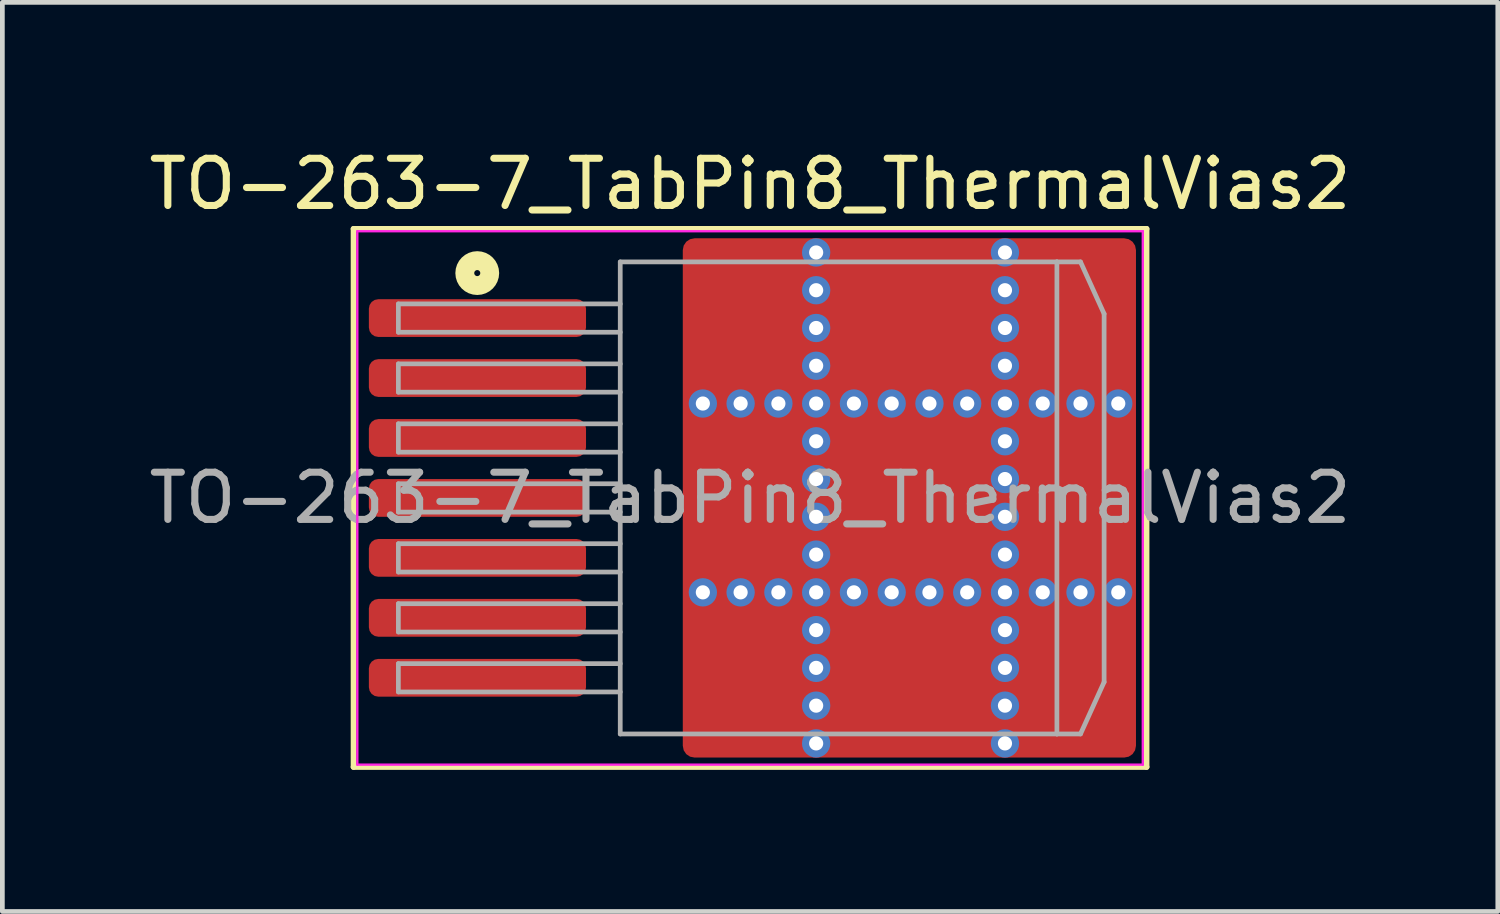
<source format=kicad_pcb>
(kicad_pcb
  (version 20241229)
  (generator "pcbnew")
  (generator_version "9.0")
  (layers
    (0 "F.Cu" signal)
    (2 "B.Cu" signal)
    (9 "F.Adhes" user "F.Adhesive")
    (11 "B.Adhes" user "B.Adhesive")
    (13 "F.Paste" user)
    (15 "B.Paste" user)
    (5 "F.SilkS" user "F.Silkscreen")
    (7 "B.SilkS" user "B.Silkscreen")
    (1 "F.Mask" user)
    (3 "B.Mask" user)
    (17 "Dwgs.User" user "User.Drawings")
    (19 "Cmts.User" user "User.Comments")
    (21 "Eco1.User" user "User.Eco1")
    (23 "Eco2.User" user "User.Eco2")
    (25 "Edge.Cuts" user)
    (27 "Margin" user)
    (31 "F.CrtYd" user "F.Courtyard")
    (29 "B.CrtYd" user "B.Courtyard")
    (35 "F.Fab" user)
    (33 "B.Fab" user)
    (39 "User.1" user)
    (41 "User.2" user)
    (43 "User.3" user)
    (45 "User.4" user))
  (footprint "TO-263-7_TabPin8_ThermalVias2"
    (layer "F.Cu")
    (at 12.839 7.498)
    (property "Reference" "TO-263-7_TabPin8_ThermalVias2" (at 0 -6.65 0) (layer "F.SilkS") (effects (font (size 1 1) (thickness 0.15))))
    (attr smd)
    (fp_line (start -8.4 -5.7) (end -8.4 5.7) (stroke (width 0.12) (type solid)) (layer "F.SilkS"))
    (fp_line (start -8.4 5.7) (end 8.4 5.7) (stroke (width 0.12) (type solid)) (layer "F.SilkS"))
    (fp_line (start 8.4 -5.7) (end -8.4 -5.7) (stroke (width 0.12) (type solid)) (layer "F.SilkS"))
    (fp_line (start 8.4 5.7) (end 8.4 -5.7) (stroke (width 0.12) (type solid)) (layer "F.SilkS"))
    (fp_circle (center -5.779 -4.763) (end -5.715 -4.763) (stroke (width 0.4) (type solid)) (fill no) (layer "F.SilkS"))
    (fp_line (start -8.32 -5.65) (end -8.32 5.65) (stroke (width 0.05) (type solid)) (layer "F.CrtYd"))
    (fp_line (start -8.32 5.65) (end 8.32 5.65) (stroke (width 0.05) (type solid)) (layer "F.CrtYd"))
    (fp_line (start 8.32 -5.65) (end -8.32 -5.65) (stroke (width 0.05) (type solid)) (layer "F.CrtYd"))
    (fp_line (start 8.32 5.65) (end 8.32 -5.65) (stroke (width 0.05) (type solid)) (layer "F.CrtYd"))
    (fp_line (start -7.45 -4.11) (end -7.45 -3.51) (stroke (width 0.1) (type solid)) (layer "F.Fab"))
    (fp_line (start -7.45 -3.51) (end -2.75 -3.51) (stroke (width 0.1) (type solid)) (layer "F.Fab"))
    (fp_line (start -7.45 -2.84) (end -7.45 -2.24) (stroke (width 0.1) (type solid)) (layer "F.Fab"))
    (fp_line (start -7.45 -2.24) (end -2.75 -2.24) (stroke (width 0.1) (type solid)) (layer "F.Fab"))
    (fp_line (start -7.45 -1.57) (end -7.45 -0.97) (stroke (width 0.1) (type solid)) (layer "F.Fab"))
    (fp_line (start -7.45 -0.97) (end -2.75 -0.97) (stroke (width 0.1) (type solid)) (layer "F.Fab"))
    (fp_line (start -7.45 -0.3) (end -7.45 0.3) (stroke (width 0.1) (type solid)) (layer "F.Fab"))
    (fp_line (start -7.45 0.3) (end -2.75 0.3) (stroke (width 0.1) (type solid)) (layer "F.Fab"))
    (fp_line (start -7.45 0.97) (end -7.45 1.57) (stroke (width 0.1) (type solid)) (layer "F.Fab"))
    (fp_line (start -7.45 1.57) (end -2.75 1.57) (stroke (width 0.1) (type solid)) (layer "F.Fab"))
    (fp_line (start -7.45 2.24) (end -7.45 2.84) (stroke (width 0.1) (type solid)) (layer "F.Fab"))
    (fp_line (start -7.45 2.84) (end -2.75 2.84) (stroke (width 0.1) (type solid)) (layer "F.Fab"))
    (fp_line (start -7.45 3.51) (end -7.45 4.11) (stroke (width 0.1) (type solid)) (layer "F.Fab"))
    (fp_line (start -7.45 4.11) (end -2.75 4.11) (stroke (width 0.1) (type solid)) (layer "F.Fab"))
    (fp_line (start -2.75 -5) (end 6.5 -5) (stroke (width 0.1) (type solid)) (layer "F.Fab"))
    (fp_line (start -2.75 -4.11) (end -7.45 -4.11) (stroke (width 0.1) (type solid)) (layer "F.Fab"))
    (fp_line (start -2.75 -2.84) (end -7.45 -2.84) (stroke (width 0.1) (type solid)) (layer "F.Fab"))
    (fp_line (start -2.75 -1.57) (end -7.45 -1.57) (stroke (width 0.1) (type solid)) (layer "F.Fab"))
    (fp_line (start -2.75 -0.3) (end -7.45 -0.3) (stroke (width 0.1) (type solid)) (layer "F.Fab"))
    (fp_line (start -2.75 0.97) (end -7.45 0.97) (stroke (width 0.1) (type solid)) (layer "F.Fab"))
    (fp_line (start -2.75 2.24) (end -7.45 2.24) (stroke (width 0.1) (type solid)) (layer "F.Fab"))
    (fp_line (start -2.75 3.51) (end -7.45 3.51) (stroke (width 0.1) (type solid)) (layer "F.Fab"))
    (fp_line (start -2.75 5) (end -2.75 -5) (stroke (width 0.1) (type solid)) (layer "F.Fab"))
    (fp_line (start 6.5 -5) (end 6.5 5) (stroke (width 0.1) (type solid)) (layer "F.Fab"))
    (fp_line (start 6.5 -5) (end 7 -5) (stroke (width 0.1) (type solid)) (layer "F.Fab"))
    (fp_line (start 6.5 5) (end -2.75 5) (stroke (width 0.1) (type solid)) (layer "F.Fab"))
    (fp_line (start 6.5 5) (end 7 5) (stroke (width 0.1) (type solid)) (layer "F.Fab"))
    (fp_line (start 7 -5) (end 7.5 -3.9) (stroke (width 0.1) (type solid)) (layer "F.Fab"))
    (fp_line (start 7 5) (end 7.5 3.9) (stroke (width 0.1) (type solid)) (layer "F.Fab"))
    (fp_line (start 7.5 -3.9) (end 7.5 3.9) (stroke (width 0.1) (type solid)) (layer "F.Fab"))
    (fp_text user "${REFERENCE}" (at 0 0 0) (layer "F.Fab") (effects (font (size 1 1) (thickness 0.15))))
    (pad "" smd roundrect (at -0.675 -4.6 90) (size 1.2 0.95) (layers "F.Paste") (roundrect_rratio 0.25))
    (pad "" smd roundrect (at -0.675 -3.1 90) (size 1.2 0.95) (layers "F.Paste") (roundrect_rratio 0.25))
    (pad "" smd roundrect (at -0.675 -0.85 90) (size 1.3 0.95) (layers "F.Paste") (roundrect_rratio 0.25))
    (pad "" smd roundrect (at -0.675 0.85 90) (size 1.3 0.95) (layers "F.Paste") (roundrect_rratio 0.25))
    (pad "" smd roundrect (at -0.675 3.1 90) (size 1.2 0.95) (layers "F.Paste") (roundrect_rratio 0.25))
    (pad "" smd roundrect (at -0.675 4.6 90) (size 1.2 0.95) (layers "F.Paste") (roundrect_rratio 0.25))
    (pad "" smd roundrect (at -0.113 -3.85 90) (size 3.1 2.425) (layers "F.Mask") (roundrect_rratio 0.103))
    (pad "" smd roundrect (at -0.113 0 90) (size 3.4 2.425) (layers "F.Mask") (roundrect_rratio 0.103))
    (pad "" smd roundrect (at -0.113 3.85 90) (size 3.1 2.425) (layers "F.Mask") (roundrect_rratio 0.103))
    (pad "" smd roundrect (at 0.475 -4.6 90) (size 1.2 0.95) (layers "F.Paste") (roundrect_rratio 0.25))
    (pad "" smd roundrect (at 0.475 -3.1 90) (size 1.2 0.95) (layers "F.Paste") (roundrect_rratio 0.25))
    (pad "" smd roundrect (at 0.475 -0.85 90) (size 1.3 0.95) (layers "F.Paste") (roundrect_rratio 0.25))
    (pad "" smd roundrect (at 0.475 0.85 90) (size 1.3 0.95) (layers "F.Paste") (roundrect_rratio 0.25))
    (pad "" smd roundrect (at 0.475 3.1 90) (size 1.2 0.95) (layers "F.Paste") (roundrect_rratio 0.25))
    (pad "" smd roundrect (at 0.475 4.6 90) (size 1.2 0.95) (layers "F.Paste") (roundrect_rratio 0.25))
    (pad "" smd roundrect (at 2.55 -4.6 90) (size 1.2 1.3) (layers "F.Paste") (roundrect_rratio 0.208))
    (pad "" smd roundrect (at 2.55 -3.1 90) (size 1.2 1.3) (layers "F.Paste") (roundrect_rratio 0.208))
    (pad "" smd roundrect (at 2.55 -0.85 90) (size 1.3 1.3) (layers "F.Paste") (roundrect_rratio 0.192))
    (pad "" smd roundrect (at 2.55 0.85 90) (size 1.3 1.3) (layers "F.Paste") (roundrect_rratio 0.192))
    (pad "" smd roundrect (at 2.55 3.1 90) (size 1.2 1.3) (layers "F.Paste") (roundrect_rratio 0.208))
    (pad "" smd roundrect (at 2.55 4.6 90) (size 1.2 1.3) (layers "F.Paste") (roundrect_rratio 0.208))
    (pad "" smd roundrect (at 3.4 -3.85 90) (size 3.1 3.4) (layers "F.Mask") (roundrect_rratio 0.081))
    (pad "" smd roundrect (at 3.4 0 90) (size 3.4 3.4) (layers "F.Mask") (roundrect_rratio 0.074))
    (pad "" smd roundrect (at 3.4 3.85 90) (size 3.1 3.4) (layers "F.Mask") (roundrect_rratio 0.081))
    (pad "" smd roundrect (at 4.25 -4.6 90) (size 1.2 1.3) (layers "F.Paste") (roundrect_rratio 0.208))
    (pad "" smd roundrect (at 4.25 -3.1 90) (size 1.2 1.3) (layers "F.Paste") (roundrect_rratio 0.208))
    (pad "" smd roundrect (at 4.25 -0.85 90) (size 1.3 1.3) (layers "F.Paste") (roundrect_rratio 0.192))
    (pad "" smd roundrect (at 4.25 0.85 90) (size 1.3 1.3) (layers "F.Paste") (roundrect_rratio 0.192))
    (pad "" smd roundrect (at 4.25 3.1 90) (size 1.2 1.3) (layers "F.Paste") (roundrect_rratio 0.208))
    (pad "" smd roundrect (at 4.25 4.6 90) (size 1.2 1.3) (layers "F.Paste") (roundrect_rratio 0.208))
    (pad "" smd roundrect (at 6.325 -4.6 90) (size 1.2 0.95) (layers "F.Paste") (roundrect_rratio 0.25))
    (pad "" smd roundrect (at 6.325 -3.1 90) (size 1.2 0.95) (layers "F.Paste") (roundrect_rratio 0.25))
    (pad "" smd roundrect (at 6.325 -0.85 90) (size 1.3 0.95) (layers "F.Paste") (roundrect_rratio 0.25))
    (pad "" smd roundrect (at 6.325 0.85 90) (size 1.3 0.95) (layers "F.Paste") (roundrect_rratio 0.25))
    (pad "" smd roundrect (at 6.325 3.1 90) (size 1.2 0.95) (layers "F.Paste") (roundrect_rratio 0.25))
    (pad "" smd roundrect (at 6.325 4.6 90) (size 1.2 0.95) (layers "F.Paste") (roundrect_rratio 0.25))
    (pad "" smd roundrect (at 6.888 -3.85 90) (size 3.1 2.375) (layers "F.Mask") (roundrect_rratio 0.105))
    (pad "" smd roundrect (at 6.888 0 90) (size 3.4 2.375) (layers "F.Mask") (roundrect_rratio 0.105))
    (pad "" smd roundrect (at 6.888 3.85 90) (size 3.1 2.375) (layers "F.Mask") (roundrect_rratio 0.105))
    (pad "" smd roundrect (at 7.475 -4.6 90) (size 1.2 0.95) (layers "F.Paste") (roundrect_rratio 0.25))
    (pad "" smd roundrect (at 7.475 -3.1 90) (size 1.2 0.95) (layers "F.Paste") (roundrect_rratio 0.25))
    (pad "" smd roundrect (at 7.475 -0.85 90) (size 1.3 0.95) (layers "F.Paste") (roundrect_rratio 0.25))
    (pad "" smd roundrect (at 7.475 0.85 90) (size 1.3 0.95) (layers "F.Paste") (roundrect_rratio 0.25))
    (pad "" smd roundrect (at 7.475 3.1 90) (size 1.2 0.95) (layers "F.Paste") (roundrect_rratio 0.25))
    (pad "" smd roundrect (at 7.475 4.6 90) (size 1.2 0.95) (layers "F.Paste") (roundrect_rratio 0.25))
    (pad "1" smd roundrect (at -5.775 -3.81) (size 4.6 0.8) (layers "F.Cu" "F.Mask" "F.Paste") (roundrect_rratio 0.25))
    (pad "2" smd roundrect (at -5.775 -2.54) (size 4.6 0.8) (layers "F.Cu" "F.Mask" "F.Paste") (roundrect_rratio 0.25))
    (pad "3" smd roundrect (at -5.775 -1.27) (size 4.6 0.8) (layers "F.Cu" "F.Mask" "F.Paste") (roundrect_rratio 0.25))
    (pad "4" smd roundrect (at -5.775 0) (size 4.6 0.8) (layers "F.Cu" "F.Mask" "F.Paste") (roundrect_rratio 0.25))
    (pad "5" smd roundrect (at -5.775 1.27) (size 4.6 0.8) (layers "F.Cu" "F.Mask" "F.Paste") (roundrect_rratio 0.25))
    (pad "6" smd roundrect (at -5.775 2.54) (size 4.6 0.8) (layers "F.Cu" "F.Mask" "F.Paste") (roundrect_rratio 0.25))
    (pad "7" smd roundrect (at -5.775 3.81) (size 4.6 0.8) (layers "F.Cu" "F.Mask" "F.Paste") (roundrect_rratio 0.25))
    (pad "8" thru_hole circle (at -1 -2) (size 0.6 0.6) (drill 0.3) (property pad_prop_heatsink) (layers "*.Cu" "*.Mask"))
    (pad "8" thru_hole circle (at -1 2) (size 0.6 0.6) (drill 0.3) (property pad_prop_heatsink) (layers "*.Cu" "*.Mask"))
    (pad "8" thru_hole circle (at -0.2 -2) (size 0.6 0.6) (drill 0.3) (property pad_prop_heatsink) (layers "*.Cu" "*.Mask"))
    (pad "8" thru_hole circle (at -0.2 2) (size 0.6 0.6) (drill 0.3) (property pad_prop_heatsink) (layers "*.Cu" "*.Mask"))
    (pad "8" thru_hole circle (at 0.6 -2) (size 0.6 0.6) (drill 0.3) (property pad_prop_heatsink) (layers "*.Cu" "*.Mask"))
    (pad "8" thru_hole circle (at 0.6 2) (size 0.6 0.6) (drill 0.3) (property pad_prop_heatsink) (layers "*.Cu" "*.Mask"))
    (pad "8" thru_hole circle (at 1.4 -5.2) (size 0.6 0.6) (drill 0.3) (property pad_prop_heatsink) (layers "*.Cu" "*.Mask"))
    (pad "8" thru_hole circle (at 1.4 -4.4) (size 0.6 0.6) (drill 0.3) (property pad_prop_heatsink) (layers "*.Cu" "*.Mask"))
    (pad "8" thru_hole circle (at 1.4 -3.6) (size 0.6 0.6) (drill 0.3) (property pad_prop_heatsink) (layers "*.Cu" "*.Mask"))
    (pad "8" thru_hole circle (at 1.4 -2.8) (size 0.6 0.6) (drill 0.3) (property pad_prop_heatsink) (layers "*.Cu" "*.Mask"))
    (pad "8" thru_hole circle (at 1.4 -2) (size 0.6 0.6) (drill 0.3) (property pad_prop_heatsink) (layers "*.Cu" "*.Mask"))
    (pad "8" thru_hole circle (at 1.4 -1.2) (size 0.6 0.6) (drill 0.3) (property pad_prop_heatsink) (layers "*.Cu" "*.Mask"))
    (pad "8" thru_hole circle (at 1.4 -0.4) (size 0.6 0.6) (drill 0.3) (property pad_prop_heatsink) (layers "*.Cu" "*.Mask"))
    (pad "8" thru_hole circle (at 1.4 0.4) (size 0.6 0.6) (drill 0.3) (property pad_prop_heatsink) (layers "*.Cu" "*.Mask"))
    (pad "8" thru_hole circle (at 1.4 1.2) (size 0.6 0.6) (drill 0.3) (property pad_prop_heatsink) (layers "*.Cu" "*.Mask"))
    (pad "8" thru_hole circle (at 1.4 2) (size 0.6 0.6) (drill 0.3) (property pad_prop_heatsink) (layers "*.Cu" "*.Mask"))
    (pad "8" thru_hole circle (at 1.4 2.8) (size 0.6 0.6) (drill 0.3) (property pad_prop_heatsink) (layers "*.Cu" "*.Mask"))
    (pad "8" thru_hole circle (at 1.4 3.6) (size 0.6 0.6) (drill 0.3) (property pad_prop_heatsink) (layers "*.Cu" "*.Mask"))
    (pad "8" thru_hole circle (at 1.4 4.4) (size 0.6 0.6) (drill 0.3) (property pad_prop_heatsink) (layers "*.Cu" "*.Mask"))
    (pad "8" thru_hole circle (at 1.4 5.2) (size 0.6 0.6) (drill 0.3) (property pad_prop_heatsink) (layers "*.Cu" "*.Mask"))
    (pad "8" thru_hole circle (at 2.2 -2) (size 0.6 0.6) (drill 0.3) (property pad_prop_heatsink) (layers "*.Cu" "*.Mask"))
    (pad "8" thru_hole circle (at 2.2 2) (size 0.6 0.6) (drill 0.3) (property pad_prop_heatsink) (layers "*.Cu" "*.Mask"))
    (pad "8" thru_hole circle (at 3 -2) (size 0.6 0.6) (drill 0.3) (property pad_prop_heatsink) (layers "*.Cu" "*.Mask"))
    (pad "8" thru_hole circle (at 3 2) (size 0.6 0.6) (drill 0.3) (property pad_prop_heatsink) (layers "*.Cu" "*.Mask"))
    (pad "8" smd roundrect (at 3.375 0) (size 9.6 11) (layers "F.Cu") (roundrect_rratio 0.026))
    (pad "8" thru_hole circle (at 3.8 -2) (size 0.6 0.6) (drill 0.3) (property pad_prop_heatsink) (layers "*.Cu" "*.Mask"))
    (pad "8" thru_hole circle (at 3.8 2) (size 0.6 0.6) (drill 0.3) (property pad_prop_heatsink) (layers "*.Cu" "*.Mask"))
    (pad "8" thru_hole circle (at 4.6 -2) (size 0.6 0.6) (drill 0.3) (property pad_prop_heatsink) (layers "*.Cu" "*.Mask"))
    (pad "8" thru_hole circle (at 4.6 2) (size 0.6 0.6) (drill 0.3) (property pad_prop_heatsink) (layers "*.Cu" "*.Mask"))
    (pad "8" thru_hole circle (at 5.4 -5.2) (size 0.6 0.6) (drill 0.3) (property pad_prop_heatsink) (layers "*.Cu" "*.Mask"))
    (pad "8" thru_hole circle (at 5.4 -4.4) (size 0.6 0.6) (drill 0.3) (property pad_prop_heatsink) (layers "*.Cu" "*.Mask"))
    (pad "8" thru_hole circle (at 5.4 -3.6) (size 0.6 0.6) (drill 0.3) (property pad_prop_heatsink) (layers "*.Cu" "*.Mask"))
    (pad "8" thru_hole circle (at 5.4 -2.8) (size 0.6 0.6) (drill 0.3) (property pad_prop_heatsink) (layers "*.Cu" "*.Mask"))
    (pad "8" thru_hole circle (at 5.4 -2) (size 0.6 0.6) (drill 0.3) (property pad_prop_heatsink) (layers "*.Cu" "*.Mask"))
    (pad "8" thru_hole circle (at 5.4 -1.2) (size 0.6 0.6) (drill 0.3) (property pad_prop_heatsink) (layers "*.Cu" "*.Mask"))
    (pad "8" thru_hole circle (at 5.4 -0.4) (size 0.6 0.6) (drill 0.3) (property pad_prop_heatsink) (layers "*.Cu" "*.Mask"))
    (pad "8" thru_hole circle (at 5.4 0.4) (size 0.6 0.6) (drill 0.3) (property pad_prop_heatsink) (layers "*.Cu" "*.Mask"))
    (pad "8" thru_hole circle (at 5.4 1.2) (size 0.6 0.6) (drill 0.3) (property pad_prop_heatsink) (layers "*.Cu" "*.Mask"))
    (pad "8" thru_hole circle (at 5.4 2) (size 0.6 0.6) (drill 0.3) (property pad_prop_heatsink) (layers "*.Cu" "*.Mask"))
    (pad "8" thru_hole circle (at 5.4 2.8) (size 0.6 0.6) (drill 0.3) (property pad_prop_heatsink) (layers "*.Cu" "*.Mask"))
    (pad "8" thru_hole circle (at 5.4 3.6) (size 0.6 0.6) (drill 0.3) (property pad_prop_heatsink) (layers "*.Cu" "*.Mask"))
    (pad "8" thru_hole circle (at 5.4 4.4) (size 0.6 0.6) (drill 0.3) (property pad_prop_heatsink) (layers "*.Cu" "*.Mask"))
    (pad "8" thru_hole circle (at 5.4 5.2) (size 0.6 0.6) (drill 0.3) (property pad_prop_heatsink) (layers "*.Cu" "*.Mask"))
    (pad "8" thru_hole circle (at 6.2 -2) (size 0.6 0.6) (drill 0.3) (property pad_prop_heatsink) (layers "*.Cu" "*.Mask"))
    (pad "8" thru_hole circle (at 6.2 2) (size 0.6 0.6) (drill 0.3) (property pad_prop_heatsink) (layers "*.Cu" "*.Mask"))
    (pad "8" thru_hole circle (at 7 -2) (size 0.6 0.6) (drill 0.3) (property pad_prop_heatsink) (layers "*.Cu" "*.Mask"))
    (pad "8" thru_hole circle (at 7 2) (size 0.6 0.6) (drill 0.3) (property pad_prop_heatsink) (layers "*.Cu" "*.Mask"))
    (pad "8" thru_hole circle (at 7.8 -2) (size 0.6 0.6) (drill 0.3) (property pad_prop_heatsink) (layers "*.Cu" "*.Mask"))
    (pad "8" thru_hole circle (at 7.8 2) (size 0.6 0.6) (drill 0.3) (property pad_prop_heatsink) (layers "*.Cu" "*.Mask")))
  (gr_rect
    (start -3 -3)
    (end 28.679 16.258)
    (stroke (width 0.1) (type default))
    (fill no)
    (layer "Edge.Cuts")))
</source>
